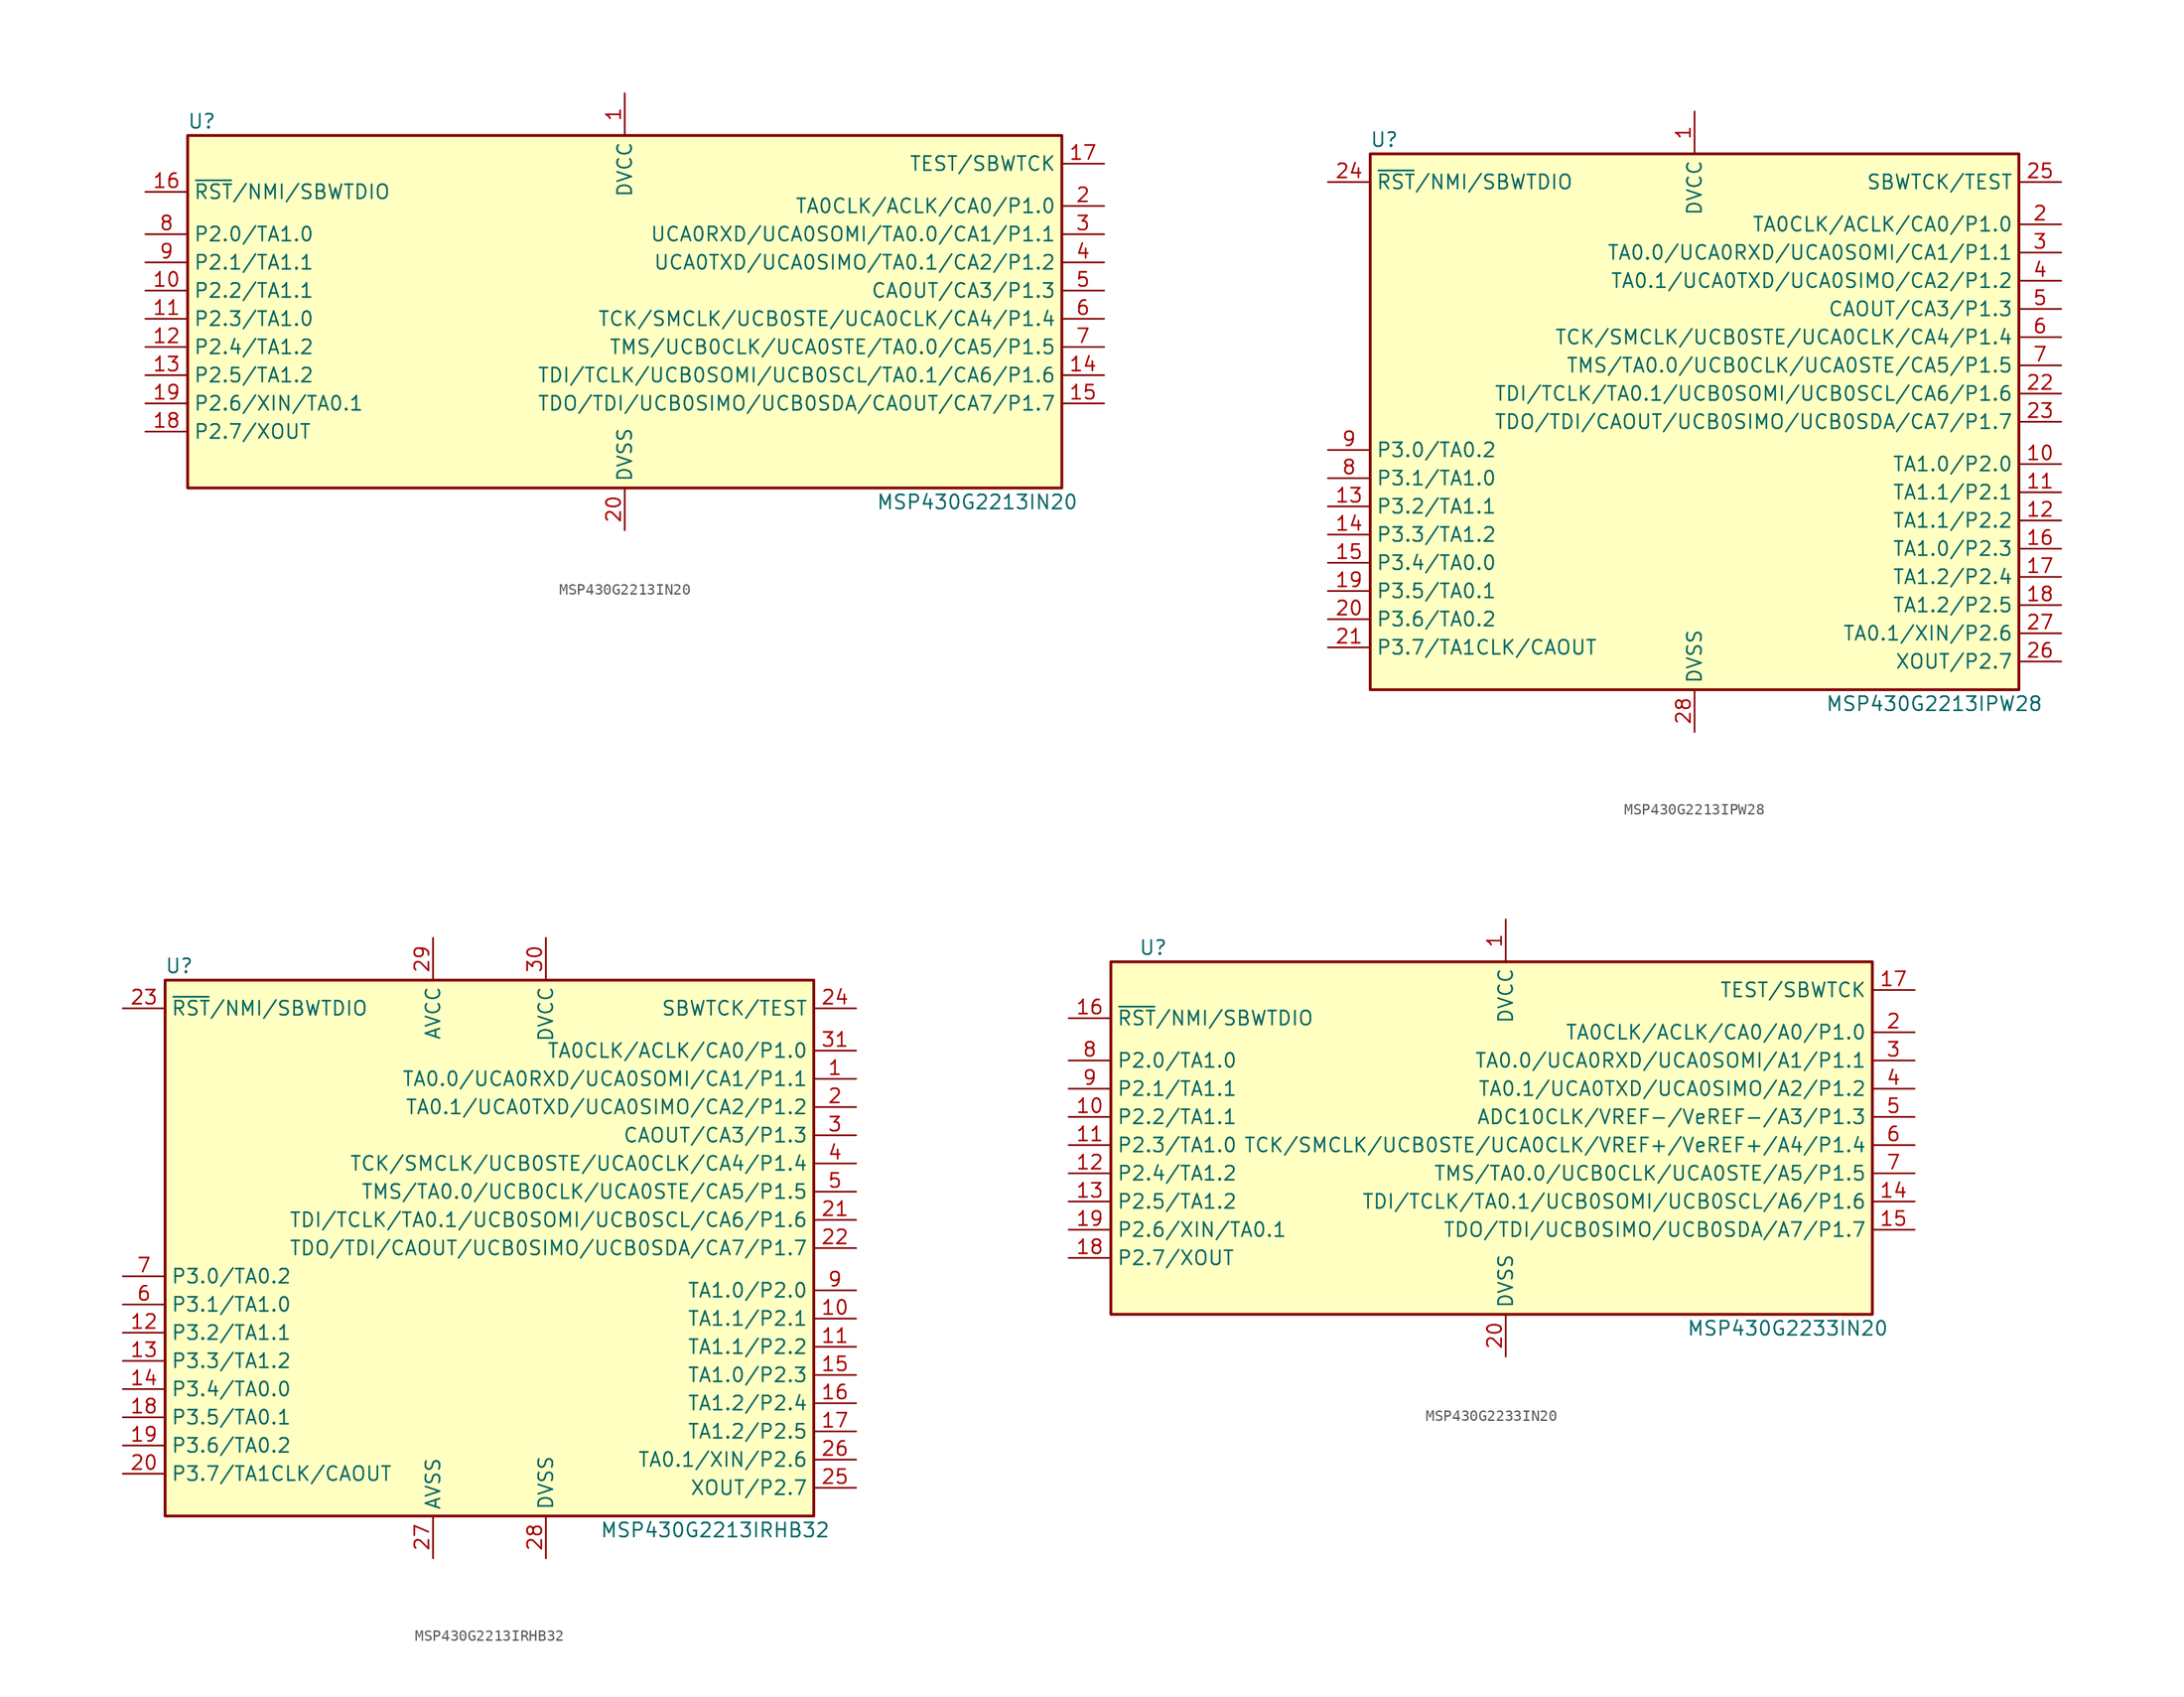
<source format=kicad_sym>
(kicad_symbol_lib
  (version 20211014)
  (generator kicad_symbol_editor)
  (symbol "MSP430G2213IN20"
    (property "Reference" "U"
      (at -38.1 17.78 0)
      (effects (font (size 1.27 1.27))))
    (property "Value" "MSP430G2213IN20"
      (at 31.75 -16.51 0)
      (effects (font (size 1.27 1.27))))
    (symbol "MSP430G2213IN20_0_1"
      (rectangle (start -39.37 16.51) (end 39.37 -15.24) (stroke (width 0.254) (type default) (color 0 0 0 0)) (fill (type background))))
    (symbol "MSP430G2213IN20_1_1"
      (pin power_in line (at 0 20.32 270) (length 3.81) (name "DVCC" (effects (font (size 1.27 1.27)))) (number "1" (effects (font (size 1.27 1.27)))))
      (pin bidirectional line (at -43.18 2.54 0) (length 3.81) (name "P2.2/TA1.1" (effects (font (size 1.27 1.27)))) (number "10" (effects (font (size 1.27 1.27)))))
      (pin bidirectional line (at -43.18 0 0) (length 3.81) (name "P2.3/TA1.0" (effects (font (size 1.27 1.27)))) (number "11" (effects (font (size 1.27 1.27)))))
      (pin bidirectional line (at -43.18 -2.54 0) (length 3.81) (name "P2.4/TA1.2" (effects (font (size 1.27 1.27)))) (number "12" (effects (font (size 1.27 1.27)))))
      (pin bidirectional line (at -43.18 -5.08 0) (length 3.81) (name "P2.5/TA1.2" (effects (font (size 1.27 1.27)))) (number "13" (effects (font (size 1.27 1.27)))))
      (pin bidirectional line (at 43.18 -5.08 180) (length 3.81) (name "TDI/TCLK/UCB0SOMI/UCB0SCL/TA0.1/CA6/P1.6" (effects (font (size 1.27 1.27)))) (number "14" (effects (font (size 1.27 1.27)))))
      (pin bidirectional line (at 43.18 -7.62 180) (length 3.81) (name "TDO/TDI/UCB0SIMO/UCB0SDA/CAOUT/CA7/P1.7" (effects (font (size 1.27 1.27)))) (number "15" (effects (font (size 1.27 1.27)))))
      (pin input line (at -43.18 11.43 0) (length 3.81) (name "~{RST}/NMI/SBWTDIO" (effects (font (size 1.27 1.27)))) (number "16" (effects (font (size 1.27 1.27)))))
      (pin input line (at 43.18 13.97 180) (length 3.81) (name "TEST/SBWTCK" (effects (font (size 1.27 1.27)))) (number "17" (effects (font (size 1.27 1.27)))))
      (pin bidirectional line (at -43.18 -10.16 0) (length 3.81) (name "P2.7/XOUT" (effects (font (size 1.27 1.27)))) (number "18" (effects (font (size 1.27 1.27)))))
      (pin bidirectional line (at -43.18 -7.62 0) (length 3.81) (name "P2.6/XIN/TA0.1" (effects (font (size 1.27 1.27)))) (number "19" (effects (font (size 1.27 1.27)))))
      (pin bidirectional line (at 43.18 10.16 180) (length 3.81) (name "TA0CLK/ACLK/CA0/P1.0" (effects (font (size 1.27 1.27)))) (number "2" (effects (font (size 1.27 1.27)))))
      (pin power_in line (at 0 -19.05 90) (length 3.81) (name "DVSS" (effects (font (size 1.27 1.27)))) (number "20" (effects (font (size 1.27 1.27)))))
      (pin bidirectional line (at 43.18 7.62 180) (length 3.81) (name "UCA0RXD/UCA0SOMI/TA0.0/CA1/P1.1" (effects (font (size 1.27 1.27)))) (number "3" (effects (font (size 1.27 1.27)))))
      (pin bidirectional line (at 43.18 5.08 180) (length 3.81) (name "UCA0TXD/UCA0SIMO/TA0.1/CA2/P1.2" (effects (font (size 1.27 1.27)))) (number "4" (effects (font (size 1.27 1.27)))))
      (pin bidirectional line (at 43.18 2.54 180) (length 3.81) (name "CAOUT/CA3/P1.3" (effects (font (size 1.27 1.27)))) (number "5" (effects (font (size 1.27 1.27)))))
      (pin bidirectional line (at 43.18 0 180) (length 3.81) (name "TCK/SMCLK/UCB0STE/UCA0CLK/CA4/P1.4" (effects (font (size 1.27 1.27)))) (number "6" (effects (font (size 1.27 1.27)))))
      (pin bidirectional line (at 43.18 -2.54 180) (length 3.81) (name "TMS/UCB0CLK/UCA0STE/TA0.0/CA5/P1.5" (effects (font (size 1.27 1.27)))) (number "7" (effects (font (size 1.27 1.27)))))
      (pin bidirectional line (at -43.18 7.62 0) (length 3.81) (name "P2.0/TA1.0" (effects (font (size 1.27 1.27)))) (number "8" (effects (font (size 1.27 1.27)))))
      (pin bidirectional line (at -43.18 5.08 0) (length 3.81) (name "P2.1/TA1.1" (effects (font (size 1.27 1.27)))) (number "9" (effects (font (size 1.27 1.27)))))))
  (symbol "MSP430G2213IPW28"
    (property "Reference" "U"
      (at -27.94 25.4 0)
      (effects (font (size 1.27 1.27))))
    (property "Value" "MSP430G2213IPW28"
      (at 21.59 -25.4 0)
      (effects (font (size 1.27 1.27))))
    (symbol "MSP430G2213IPW28_0_1"
      (rectangle (start -29.21 24.13) (end 29.21 -24.13) (stroke (width 0.254) (type default) (color 0 0 0 0)) (fill (type background))))
    (symbol "MSP430G2213IPW28_1_1"
      (pin power_in line (at 0 27.94 270) (length 3.81) (name "DVCC" (effects (font (size 1.27 1.27)))) (number "1" (effects (font (size 1.27 1.27)))))
      (pin bidirectional line (at 33.02 -3.81 180) (length 3.81) (name "TA1.0/P2.0" (effects (font (size 1.27 1.27)))) (number "10" (effects (font (size 1.27 1.27)))))
      (pin bidirectional line (at 33.02 -6.35 180) (length 3.81) (name "TA1.1/P2.1" (effects (font (size 1.27 1.27)))) (number "11" (effects (font (size 1.27 1.27)))))
      (pin bidirectional line (at 33.02 -8.89 180) (length 3.81) (name "TA1.1/P2.2" (effects (font (size 1.27 1.27)))) (number "12" (effects (font (size 1.27 1.27)))))
      (pin bidirectional line (at -33.02 -7.62 0) (length 3.81) (name "P3.2/TA1.1" (effects (font (size 1.27 1.27)))) (number "13" (effects (font (size 1.27 1.27)))))
      (pin bidirectional line (at -33.02 -10.16 0) (length 3.81) (name "P3.3/TA1.2" (effects (font (size 1.27 1.27)))) (number "14" (effects (font (size 1.27 1.27)))))
      (pin bidirectional line (at -33.02 -12.7 0) (length 3.81) (name "P3.4/TA0.0" (effects (font (size 1.27 1.27)))) (number "15" (effects (font (size 1.27 1.27)))))
      (pin bidirectional line (at 33.02 -11.43 180) (length 3.81) (name "TA1.0/P2.3" (effects (font (size 1.27 1.27)))) (number "16" (effects (font (size 1.27 1.27)))))
      (pin bidirectional line (at 33.02 -13.97 180) (length 3.81) (name "TA1.2/P2.4" (effects (font (size 1.27 1.27)))) (number "17" (effects (font (size 1.27 1.27)))))
      (pin bidirectional line (at 33.02 -16.51 180) (length 3.81) (name "TA1.2/P2.5" (effects (font (size 1.27 1.27)))) (number "18" (effects (font (size 1.27 1.27)))))
      (pin bidirectional line (at -33.02 -15.24 0) (length 3.81) (name "P3.5/TA0.1" (effects (font (size 1.27 1.27)))) (number "19" (effects (font (size 1.27 1.27)))))
      (pin bidirectional line (at 33.02 17.78 180) (length 3.81) (name "TA0CLK/ACLK/CA0/P1.0" (effects (font (size 1.27 1.27)))) (number "2" (effects (font (size 1.27 1.27)))))
      (pin bidirectional line (at -33.02 -17.78 0) (length 3.81) (name "P3.6/TA0.2" (effects (font (size 1.27 1.27)))) (number "20" (effects (font (size 1.27 1.27)))))
      (pin bidirectional line (at -33.02 -20.32 0) (length 3.81) (name "P3.7/TA1CLK/CAOUT" (effects (font (size 1.27 1.27)))) (number "21" (effects (font (size 1.27 1.27)))))
      (pin bidirectional line (at 33.02 2.54 180) (length 3.81) (name "TDI/TCLK/TA0.1/UCB0SOMI/UCB0SCL/CA6/P1.6" (effects (font (size 1.27 1.27)))) (number "22" (effects (font (size 1.27 1.27)))))
      (pin bidirectional line (at 33.02 0 180) (length 3.81) (name "TDO/TDI/CAOUT/UCB0SIMO/UCB0SDA/CA7/P1.7" (effects (font (size 1.27 1.27)))) (number "23" (effects (font (size 1.27 1.27)))))
      (pin input line (at -33.02 21.59 0) (length 3.81) (name "~{RST}/NMI/SBWTDIO" (effects (font (size 1.27 1.27)))) (number "24" (effects (font (size 1.27 1.27)))))
      (pin input line (at 33.02 21.59 180) (length 3.81) (name "SBWTCK/TEST" (effects (font (size 1.27 1.27)))) (number "25" (effects (font (size 1.27 1.27)))))
      (pin bidirectional line (at 33.02 -21.59 180) (length 3.81) (name "XOUT/P2.7" (effects (font (size 1.27 1.27)))) (number "26" (effects (font (size 1.27 1.27)))))
      (pin bidirectional line (at 33.02 -19.05 180) (length 3.81) (name "TA0.1/XIN/P2.6" (effects (font (size 1.27 1.27)))) (number "27" (effects (font (size 1.27 1.27)))))
      (pin power_in line (at 0 -27.94 90) (length 3.81) (name "DVSS" (effects (font (size 1.27 1.27)))) (number "28" (effects (font (size 1.27 1.27)))))
      (pin bidirectional line (at 33.02 15.24 180) (length 3.81) (name "TA0.0/UCA0RXD/UCA0SOMI/CA1/P1.1" (effects (font (size 1.27 1.27)))) (number "3" (effects (font (size 1.27 1.27)))))
      (pin bidirectional line (at 33.02 12.7 180) (length 3.81) (name "TA0.1/UCA0TXD/UCA0SIMO/CA2/P1.2" (effects (font (size 1.27 1.27)))) (number "4" (effects (font (size 1.27 1.27)))))
      (pin bidirectional line (at 33.02 10.16 180) (length 3.81) (name "CAOUT/CA3/P1.3" (effects (font (size 1.27 1.27)))) (number "5" (effects (font (size 1.27 1.27)))))
      (pin bidirectional line (at 33.02 7.62 180) (length 3.81) (name "TCK/SMCLK/UCB0STE/UCA0CLK/CA4/P1.4" (effects (font (size 1.27 1.27)))) (number "6" (effects (font (size 1.27 1.27)))))
      (pin bidirectional line (at 33.02 5.08 180) (length 3.81) (name "TMS/TA0.0/UCB0CLK/UCA0STE/CA5/P1.5" (effects (font (size 1.27 1.27)))) (number "7" (effects (font (size 1.27 1.27)))))
      (pin bidirectional line (at -33.02 -5.08 0) (length 3.81) (name "P3.1/TA1.0" (effects (font (size 1.27 1.27)))) (number "8" (effects (font (size 1.27 1.27)))))
      (pin bidirectional line (at -33.02 -2.54 0) (length 3.81) (name "P3.0/TA0.2" (effects (font (size 1.27 1.27)))) (number "9" (effects (font (size 1.27 1.27)))))))
  (symbol "MSP430G2213IRHB32"
    (property "Reference" "U"
      (at -27.94 25.4 0)
      (effects (font (size 1.27 1.27))))
    (property "Value" "MSP430G2213IRHB32"
      (at 20.32 -25.4 0)
      (effects (font (size 1.27 1.27))))
    (symbol "MSP430G2213IRHB32_0_1"
      (rectangle (start -29.21 24.13) (end 29.21 -24.13) (stroke (width 0.254) (type default) (color 0 0 0 0)) (fill (type background))))
    (symbol "MSP430G2213IRHB32_1_1"
      (pin bidirectional line (at 33.02 15.24 180) (length 3.81) (name "TA0.0/UCA0RXD/UCA0SOMI/CA1/P1.1" (effects (font (size 1.27 1.27)))) (number "1" (effects (font (size 1.27 1.27)))))
      (pin bidirectional line (at 33.02 -6.35 180) (length 3.81) (name "TA1.1/P2.1" (effects (font (size 1.27 1.27)))) (number "10" (effects (font (size 1.27 1.27)))))
      (pin bidirectional line (at 33.02 -8.89 180) (length 3.81) (name "TA1.1/P2.2" (effects (font (size 1.27 1.27)))) (number "11" (effects (font (size 1.27 1.27)))))
      (pin bidirectional line (at -33.02 -7.62 0) (length 3.81) (name "P3.2/TA1.1" (effects (font (size 1.27 1.27)))) (number "12" (effects (font (size 1.27 1.27)))))
      (pin bidirectional line (at -33.02 -10.16 0) (length 3.81) (name "P3.3/TA1.2" (effects (font (size 1.27 1.27)))) (number "13" (effects (font (size 1.27 1.27)))))
      (pin bidirectional line (at -33.02 -12.7 0) (length 3.81) (name "P3.4/TA0.0" (effects (font (size 1.27 1.27)))) (number "14" (effects (font (size 1.27 1.27)))))
      (pin bidirectional line (at 33.02 -11.43 180) (length 3.81) (name "TA1.0/P2.3" (effects (font (size 1.27 1.27)))) (number "15" (effects (font (size 1.27 1.27)))))
      (pin bidirectional line (at 33.02 -13.97 180) (length 3.81) (name "TA1.2/P2.4" (effects (font (size 1.27 1.27)))) (number "16" (effects (font (size 1.27 1.27)))))
      (pin bidirectional line (at 33.02 -16.51 180) (length 3.81) (name "TA1.2/P2.5" (effects (font (size 1.27 1.27)))) (number "17" (effects (font (size 1.27 1.27)))))
      (pin bidirectional line (at -33.02 -15.24 0) (length 3.81) (name "P3.5/TA0.1" (effects (font (size 1.27 1.27)))) (number "18" (effects (font (size 1.27 1.27)))))
      (pin bidirectional line (at -33.02 -17.78 0) (length 3.81) (name "P3.6/TA0.2" (effects (font (size 1.27 1.27)))) (number "19" (effects (font (size 1.27 1.27)))))
      (pin bidirectional line (at 33.02 12.7 180) (length 3.81) (name "TA0.1/UCA0TXD/UCA0SIMO/CA2/P1.2" (effects (font (size 1.27 1.27)))) (number "2" (effects (font (size 1.27 1.27)))))
      (pin bidirectional line (at -33.02 -20.32 0) (length 3.81) (name "P3.7/TA1CLK/CAOUT" (effects (font (size 1.27 1.27)))) (number "20" (effects (font (size 1.27 1.27)))))
      (pin bidirectional line (at 33.02 2.54 180) (length 3.81) (name "TDI/TCLK/TA0.1/UCB0SOMI/UCB0SCL/CA6/P1.6" (effects (font (size 1.27 1.27)))) (number "21" (effects (font (size 1.27 1.27)))))
      (pin bidirectional line (at 33.02 0 180) (length 3.81) (name "TDO/TDI/CAOUT/UCB0SIMO/UCB0SDA/CA7/P1.7" (effects (font (size 1.27 1.27)))) (number "22" (effects (font (size 1.27 1.27)))))
      (pin input line (at -33.02 21.59 0) (length 3.81) (name "~{RST}/NMI/SBWTDIO" (effects (font (size 1.27 1.27)))) (number "23" (effects (font (size 1.27 1.27)))))
      (pin input line (at 33.02 21.59 180) (length 3.81) (name "SBWTCK/TEST" (effects (font (size 1.27 1.27)))) (number "24" (effects (font (size 1.27 1.27)))))
      (pin bidirectional line (at 33.02 -21.59 180) (length 3.81) (name "XOUT/P2.7" (effects (font (size 1.27 1.27)))) (number "25" (effects (font (size 1.27 1.27)))))
      (pin bidirectional line (at 33.02 -19.05 180) (length 3.81) (name "TA0.1/XIN/P2.6" (effects (font (size 1.27 1.27)))) (number "26" (effects (font (size 1.27 1.27)))))
      (pin power_in line (at -5.08 -27.94 90) (length 3.81) (name "AVSS" (effects (font (size 1.27 1.27)))) (number "27" (effects (font (size 1.27 1.27)))))
      (pin power_in line (at 5.08 -27.94 90) (length 3.81) (name "DVSS" (effects (font (size 1.27 1.27)))) (number "28" (effects (font (size 1.27 1.27)))))
      (pin power_in line (at -5.08 27.94 270) (length 3.81) (name "AVCC" (effects (font (size 1.27 1.27)))) (number "29" (effects (font (size 1.27 1.27)))))
      (pin bidirectional line (at 33.02 10.16 180) (length 3.81) (name "CAOUT/CA3/P1.3" (effects (font (size 1.27 1.27)))) (number "3" (effects (font (size 1.27 1.27)))))
      (pin power_in line (at 5.08 27.94 270) (length 3.81) (name "DVCC" (effects (font (size 1.27 1.27)))) (number "30" (effects (font (size 1.27 1.27)))))
      (pin bidirectional line (at 33.02 17.78 180) (length 3.81) (name "TA0CLK/ACLK/CA0/P1.0" (effects (font (size 1.27 1.27)))) (number "31" (effects (font (size 1.27 1.27)))))
      (pin bidirectional line (at 33.02 7.62 180) (length 3.81) (name "TCK/SMCLK/UCB0STE/UCA0CLK/CA4/P1.4" (effects (font (size 1.27 1.27)))) (number "4" (effects (font (size 1.27 1.27)))))
      (pin bidirectional line (at 33.02 5.08 180) (length 3.81) (name "TMS/TA0.0/UCB0CLK/UCA0STE/CA5/P1.5" (effects (font (size 1.27 1.27)))) (number "5" (effects (font (size 1.27 1.27)))))
      (pin bidirectional line (at -33.02 -5.08 0) (length 3.81) (name "P3.1/TA1.0" (effects (font (size 1.27 1.27)))) (number "6" (effects (font (size 1.27 1.27)))))
      (pin bidirectional line (at -33.02 -2.54 0) (length 3.81) (name "P3.0/TA0.2" (effects (font (size 1.27 1.27)))) (number "7" (effects (font (size 1.27 1.27)))))
      (pin bidirectional line (at 33.02 -3.81 180) (length 3.81) (name "TA1.0/P2.0" (effects (font (size 1.27 1.27)))) (number "9" (effects (font (size 1.27 1.27)))))))
  (symbol "MSP430G2233IN20"
    (property "Reference" "U"
      (at -30.48 17.78 0)
      (effects (font (size 1.27 1.27))))
    (property "Value" "MSP430G2233IN20"
      (at 26.67 -16.51 0)
      (effects (font (size 1.27 1.27))))
    (symbol "MSP430G2233IN20_0_1"
      (rectangle (start -34.29 16.51) (end 34.29 -15.24) (stroke (width 0.254) (type default) (color 0 0 0 0)) (fill (type background))))
    (symbol "MSP430G2233IN20_1_1"
      (pin power_in line (at 1.27 20.32 270) (length 3.81) (name "DVCC" (effects (font (size 1.27 1.27)))) (number "1" (effects (font (size 1.27 1.27)))))
      (pin bidirectional line (at -38.1 2.54 0) (length 3.81) (name "P2.2/TA1.1" (effects (font (size 1.27 1.27)))) (number "10" (effects (font (size 1.27 1.27)))))
      (pin bidirectional line (at -38.1 0 0) (length 3.81) (name "P2.3/TA1.0" (effects (font (size 1.27 1.27)))) (number "11" (effects (font (size 1.27 1.27)))))
      (pin bidirectional line (at -38.1 -2.54 0) (length 3.81) (name "P2.4/TA1.2" (effects (font (size 1.27 1.27)))) (number "12" (effects (font (size 1.27 1.27)))))
      (pin bidirectional line (at -38.1 -5.08 0) (length 3.81) (name "P2.5/TA1.2" (effects (font (size 1.27 1.27)))) (number "13" (effects (font (size 1.27 1.27)))))
      (pin bidirectional line (at 38.1 -5.08 180) (length 3.81) (name "TDI/TCLK/TA0.1/UCB0SOMI/UCB0SCL/A6/P1.6" (effects (font (size 1.27 1.27)))) (number "14" (effects (font (size 1.27 1.27)))))
      (pin bidirectional line (at 38.1 -7.62 180) (length 3.81) (name "TDO/TDI/UCB0SIMO/UCB0SDA/A7/P1.7" (effects (font (size 1.27 1.27)))) (number "15" (effects (font (size 1.27 1.27)))))
      (pin input line (at -38.1 11.43 0) (length 3.81) (name "~{RST}/NMI/SBWTDIO" (effects (font (size 1.27 1.27)))) (number "16" (effects (font (size 1.27 1.27)))))
      (pin input line (at 38.1 13.97 180) (length 3.81) (name "TEST/SBWTCK" (effects (font (size 1.27 1.27)))) (number "17" (effects (font (size 1.27 1.27)))))
      (pin bidirectional line (at -38.1 -10.16 0) (length 3.81) (name "P2.7/XOUT" (effects (font (size 1.27 1.27)))) (number "18" (effects (font (size 1.27 1.27)))))
      (pin bidirectional line (at -38.1 -7.62 0) (length 3.81) (name "P2.6/XIN/TA0.1" (effects (font (size 1.27 1.27)))) (number "19" (effects (font (size 1.27 1.27)))))
      (pin bidirectional line (at 38.1 10.16 180) (length 3.81) (name "TA0CLK/ACLK/CA0/A0/P1.0" (effects (font (size 1.27 1.27)))) (number "2" (effects (font (size 1.27 1.27)))))
      (pin power_in line (at 1.27 -19.05 90) (length 3.81) (name "DVSS" (effects (font (size 1.27 1.27)))) (number "20" (effects (font (size 1.27 1.27)))))
      (pin bidirectional line (at 38.1 7.62 180) (length 3.81) (name "TA0.0/UCA0RXD/UCA0SOMI/A1/P1.1" (effects (font (size 1.27 1.27)))) (number "3" (effects (font (size 1.27 1.27)))))
      (pin bidirectional line (at 38.1 5.08 180) (length 3.81) (name "TA0.1/UCA0TXD/UCA0SIMO/A2/P1.2" (effects (font (size 1.27 1.27)))) (number "4" (effects (font (size 1.27 1.27)))))
      (pin bidirectional line (at 38.1 2.54 180) (length 3.81) (name "ADC10CLK/VREF-/VeREF-/A3/P1.3" (effects (font (size 1.27 1.27)))) (number "5" (effects (font (size 1.27 1.27)))))
      (pin bidirectional line (at 38.1 0 180) (length 3.81) (name "TCK/SMCLK/UCB0STE/UCA0CLK/VREF+/VeREF+/A4/P1.4" (effects (font (size 1.27 1.27)))) (number "6" (effects (font (size 1.27 1.27)))))
      (pin bidirectional line (at 38.1 -2.54 180) (length 3.81) (name "TMS/TA0.0/UCB0CLK/UCA0STE/A5/P1.5" (effects (font (size 1.27 1.27)))) (number "7" (effects (font (size 1.27 1.27)))))
      (pin bidirectional line (at -38.1 7.62 0) (length 3.81) (name "P2.0/TA1.0" (effects (font (size 1.27 1.27)))) (number "8" (effects (font (size 1.27 1.27)))))
      (pin bidirectional line (at -38.1 5.08 0) (length 3.81) (name "P2.1/TA1.1" (effects (font (size 1.27 1.27)))) (number "9" (effects (font (size 1.27 1.27))))))))
</source>
